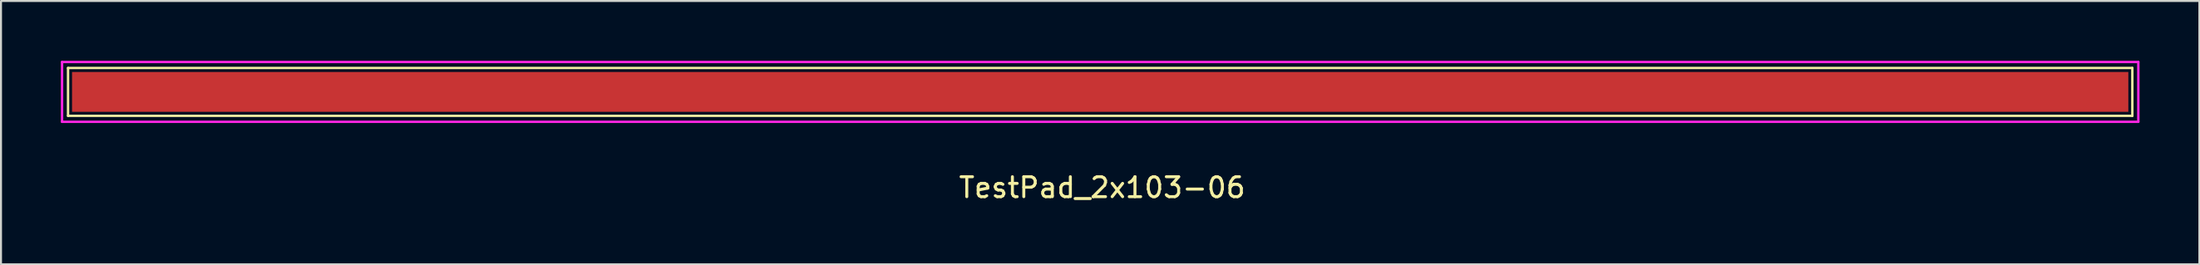
<source format=kicad_pcb>
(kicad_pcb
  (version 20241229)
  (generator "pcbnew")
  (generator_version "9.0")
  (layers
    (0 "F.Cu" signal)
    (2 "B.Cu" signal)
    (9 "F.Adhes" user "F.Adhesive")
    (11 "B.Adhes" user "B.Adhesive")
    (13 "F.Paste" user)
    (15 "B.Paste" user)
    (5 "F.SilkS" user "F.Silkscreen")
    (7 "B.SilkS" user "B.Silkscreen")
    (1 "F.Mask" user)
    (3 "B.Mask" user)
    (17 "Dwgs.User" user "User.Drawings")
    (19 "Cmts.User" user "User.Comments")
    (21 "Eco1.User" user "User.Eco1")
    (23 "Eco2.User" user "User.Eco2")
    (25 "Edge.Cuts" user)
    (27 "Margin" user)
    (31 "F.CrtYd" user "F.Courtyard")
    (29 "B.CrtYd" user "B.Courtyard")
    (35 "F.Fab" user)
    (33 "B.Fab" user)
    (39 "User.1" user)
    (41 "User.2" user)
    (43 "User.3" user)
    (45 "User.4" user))
  (footprint "TestPad_2x103-06"
    (layer "F.Cu")
    (at 52.09 1.56)
    (property "Reference" "TestPad_2x103-06" (at 0.1 4.8 0) (layer "F.SilkS") (effects (font (size 1 1) (thickness 0.15))))
    (attr through_hole)
    (fp_line (start -51.73 -1.2) (end -51.73 1.2) (stroke (width 0.12) (type solid)) (layer "F.SilkS"))
    (fp_line (start -51.73 -1.2) (end 51.73 -1.2) (stroke (width 0.12) (type solid)) (layer "F.SilkS"))
    (fp_line (start -51.73 1.2) (end 51.73 1.2) (stroke (width 0.12) (type solid)) (layer "F.SilkS"))
    (fp_line (start 51.73 -1.2) (end 51.73 1.2) (stroke (width 0.12) (type solid)) (layer "F.SilkS"))
    (fp_line (start -52.03 -1.5) (end -52.03 1.5) (stroke (width 0.12) (type solid)) (layer "F.CrtYd"))
    (fp_line (start -52.03 -1.5) (end 52.03 -1.5) (stroke (width 0.12) (type solid)) (layer "F.CrtYd"))
    (fp_line (start -52.03 1.5) (end 52.03 1.5) (stroke (width 0.12) (type solid)) (layer "F.CrtYd"))
    (fp_line (start 52.03 -1.5) (end 52.03 1.5) (stroke (width 0.12) (type solid)) (layer "F.CrtYd"))
    (pad "1" smd rect (at 0 0) (size 103.06 2) (layers "F.Cu" "F.Mask" "F.Paste")))
  (gr_rect
    (start -3 -3)
    (end 107.18 10.208)
    (stroke (width 0.1) (type default))
    (fill no)
    (layer "Edge.Cuts")))
</source>
